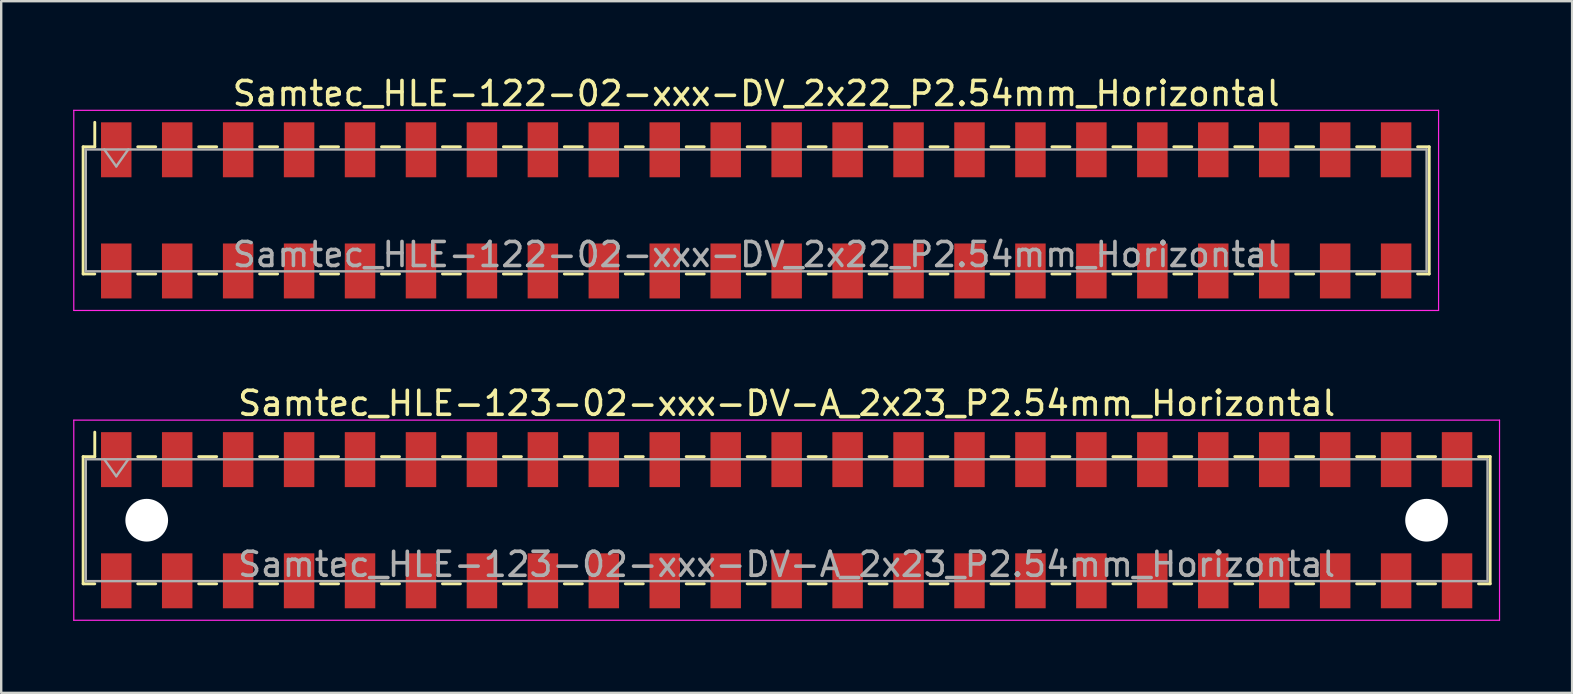
<source format=kicad_pcb>
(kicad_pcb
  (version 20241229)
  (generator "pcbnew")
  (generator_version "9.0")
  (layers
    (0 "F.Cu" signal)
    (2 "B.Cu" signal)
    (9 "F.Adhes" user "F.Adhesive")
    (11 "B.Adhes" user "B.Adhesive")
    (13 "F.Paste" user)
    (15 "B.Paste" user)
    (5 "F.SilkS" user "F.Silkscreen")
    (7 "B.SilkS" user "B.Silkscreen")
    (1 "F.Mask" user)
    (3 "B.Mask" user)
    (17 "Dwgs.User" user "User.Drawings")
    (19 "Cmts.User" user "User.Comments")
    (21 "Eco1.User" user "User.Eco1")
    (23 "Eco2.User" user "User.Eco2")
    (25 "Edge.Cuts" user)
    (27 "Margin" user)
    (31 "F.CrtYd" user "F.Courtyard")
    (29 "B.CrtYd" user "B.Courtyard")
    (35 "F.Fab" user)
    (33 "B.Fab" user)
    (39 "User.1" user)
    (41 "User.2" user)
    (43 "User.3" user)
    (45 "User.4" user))
  (footprint "Samtec_HLE-123-02-xxx-DV-A_2x23_P2.54mm_Horizontal"
    (layer "F.Cu")
    (at 29.735 18.631)
    (property "Reference" "Samtec_HLE-123-02-xxx-DV-A_2x23_P2.54mm_Horizontal" (at 0 -4.87 0) (layer "F.SilkS") (effects (font (size 1 1) (thickness 0.15))))
    (attr smd)
    (fp_line (start -29.32 -2.65) (end -29.32 2.65) (stroke (width 0.12) (type solid)) (layer "F.SilkS"))
    (fp_line (start -29.32 2.65) (end -28.835 2.65) (stroke (width 0.12) (type solid)) (layer "F.SilkS"))
    (fp_line (start -28.835 -3.67) (end -28.835 -2.65) (stroke (width 0.12) (type solid)) (layer "F.SilkS"))
    (fp_line (start -28.835 -2.65) (end -29.32 -2.65) (stroke (width 0.12) (type solid)) (layer "F.SilkS"))
    (fp_line (start -27.045 -2.65) (end -26.295 -2.65) (stroke (width 0.12) (type solid)) (layer "F.SilkS"))
    (fp_line (start -27.045 2.65) (end -26.295 2.65) (stroke (width 0.12) (type solid)) (layer "F.SilkS"))
    (fp_line (start -24.505 -2.65) (end -23.755 -2.65) (stroke (width 0.12) (type solid)) (layer "F.SilkS"))
    (fp_line (start -24.505 2.65) (end -23.755 2.65) (stroke (width 0.12) (type solid)) (layer "F.SilkS"))
    (fp_line (start -21.965 -2.65) (end -21.215 -2.65) (stroke (width 0.12) (type solid)) (layer "F.SilkS"))
    (fp_line (start -21.965 2.65) (end -21.215 2.65) (stroke (width 0.12) (type solid)) (layer "F.SilkS"))
    (fp_line (start -19.425 -2.65) (end -18.675 -2.65) (stroke (width 0.12) (type solid)) (layer "F.SilkS"))
    (fp_line (start -19.425 2.65) (end -18.675 2.65) (stroke (width 0.12) (type solid)) (layer "F.SilkS"))
    (fp_line (start -16.885 -2.65) (end -16.135 -2.65) (stroke (width 0.12) (type solid)) (layer "F.SilkS"))
    (fp_line (start -16.885 2.65) (end -16.135 2.65) (stroke (width 0.12) (type solid)) (layer "F.SilkS"))
    (fp_line (start -14.345 -2.65) (end -13.595 -2.65) (stroke (width 0.12) (type solid)) (layer "F.SilkS"))
    (fp_line (start -14.345 2.65) (end -13.595 2.65) (stroke (width 0.12) (type solid)) (layer "F.SilkS"))
    (fp_line (start -11.805 -2.65) (end -11.055 -2.65) (stroke (width 0.12) (type solid)) (layer "F.SilkS"))
    (fp_line (start -11.805 2.65) (end -11.055 2.65) (stroke (width 0.12) (type solid)) (layer "F.SilkS"))
    (fp_line (start -9.265 -2.65) (end -8.515 -2.65) (stroke (width 0.12) (type solid)) (layer "F.SilkS"))
    (fp_line (start -9.265 2.65) (end -8.515 2.65) (stroke (width 0.12) (type solid)) (layer "F.SilkS"))
    (fp_line (start -6.725 -2.65) (end -5.975 -2.65) (stroke (width 0.12) (type solid)) (layer "F.SilkS"))
    (fp_line (start -6.725 2.65) (end -5.975 2.65) (stroke (width 0.12) (type solid)) (layer "F.SilkS"))
    (fp_line (start -4.185 -2.65) (end -3.435 -2.65) (stroke (width 0.12) (type solid)) (layer "F.SilkS"))
    (fp_line (start -4.185 2.65) (end -3.435 2.65) (stroke (width 0.12) (type solid)) (layer "F.SilkS"))
    (fp_line (start -1.645 -2.65) (end -0.895 -2.65) (stroke (width 0.12) (type solid)) (layer "F.SilkS"))
    (fp_line (start -1.645 2.65) (end -0.895 2.65) (stroke (width 0.12) (type solid)) (layer "F.SilkS"))
    (fp_line (start 0.895 -2.65) (end 1.645 -2.65) (stroke (width 0.12) (type solid)) (layer "F.SilkS"))
    (fp_line (start 0.895 2.65) (end 1.645 2.65) (stroke (width 0.12) (type solid)) (layer "F.SilkS"))
    (fp_line (start 3.435 -2.65) (end 4.185 -2.65) (stroke (width 0.12) (type solid)) (layer "F.SilkS"))
    (fp_line (start 3.435 2.65) (end 4.185 2.65) (stroke (width 0.12) (type solid)) (layer "F.SilkS"))
    (fp_line (start 5.975 -2.65) (end 6.725 -2.65) (stroke (width 0.12) (type solid)) (layer "F.SilkS"))
    (fp_line (start 5.975 2.65) (end 6.725 2.65) (stroke (width 0.12) (type solid)) (layer "F.SilkS"))
    (fp_line (start 8.515 -2.65) (end 9.265 -2.65) (stroke (width 0.12) (type solid)) (layer "F.SilkS"))
    (fp_line (start 8.515 2.65) (end 9.265 2.65) (stroke (width 0.12) (type solid)) (layer "F.SilkS"))
    (fp_line (start 11.055 -2.65) (end 11.805 -2.65) (stroke (width 0.12) (type solid)) (layer "F.SilkS"))
    (fp_line (start 11.055 2.65) (end 11.805 2.65) (stroke (width 0.12) (type solid)) (layer "F.SilkS"))
    (fp_line (start 13.595 -2.65) (end 14.345 -2.65) (stroke (width 0.12) (type solid)) (layer "F.SilkS"))
    (fp_line (start 13.595 2.65) (end 14.345 2.65) (stroke (width 0.12) (type solid)) (layer "F.SilkS"))
    (fp_line (start 16.135 -2.65) (end 16.885 -2.65) (stroke (width 0.12) (type solid)) (layer "F.SilkS"))
    (fp_line (start 16.135 2.65) (end 16.885 2.65) (stroke (width 0.12) (type solid)) (layer "F.SilkS"))
    (fp_line (start 18.675 -2.65) (end 19.425 -2.65) (stroke (width 0.12) (type solid)) (layer "F.SilkS"))
    (fp_line (start 18.675 2.65) (end 19.425 2.65) (stroke (width 0.12) (type solid)) (layer "F.SilkS"))
    (fp_line (start 21.215 -2.65) (end 21.965 -2.65) (stroke (width 0.12) (type solid)) (layer "F.SilkS"))
    (fp_line (start 21.215 2.65) (end 21.965 2.65) (stroke (width 0.12) (type solid)) (layer "F.SilkS"))
    (fp_line (start 23.755 -2.65) (end 24.505 -2.65) (stroke (width 0.12) (type solid)) (layer "F.SilkS"))
    (fp_line (start 23.755 2.65) (end 24.505 2.65) (stroke (width 0.12) (type solid)) (layer "F.SilkS"))
    (fp_line (start 26.295 -2.65) (end 27.045 -2.65) (stroke (width 0.12) (type solid)) (layer "F.SilkS"))
    (fp_line (start 26.295 2.65) (end 27.045 2.65) (stroke (width 0.12) (type solid)) (layer "F.SilkS"))
    (fp_line (start 28.835 -2.65) (end 29.32 -2.65) (stroke (width 0.12) (type solid)) (layer "F.SilkS"))
    (fp_line (start 29.32 -2.65) (end 29.32 2.65) (stroke (width 0.12) (type solid)) (layer "F.SilkS"))
    (fp_line (start 29.32 2.65) (end 28.835 2.65) (stroke (width 0.12) (type solid)) (layer "F.SilkS"))
    (fp_line (start -29.71 -4.17) (end 29.71 -4.17) (stroke (width 0.05) (type solid)) (layer "F.CrtYd"))
    (fp_line (start -29.71 4.17) (end -29.71 -4.17) (stroke (width 0.05) (type solid)) (layer "F.CrtYd"))
    (fp_line (start 29.71 -4.17) (end 29.71 4.17) (stroke (width 0.05) (type solid)) (layer "F.CrtYd"))
    (fp_line (start 29.71 4.17) (end -29.71 4.17) (stroke (width 0.05) (type solid)) (layer "F.CrtYd"))
    (fp_line (start -29.21 -2.54) (end 29.21 -2.54) (stroke (width 0.1) (type solid)) (layer "F.Fab"))
    (fp_line (start -29.21 2.54) (end -29.21 -2.54) (stroke (width 0.1) (type solid)) (layer "F.Fab"))
    (fp_line (start -28.44 -2.54) (end -27.94 -1.833) (stroke (width 0.1) (type solid)) (layer "F.Fab"))
    (fp_line (start -27.94 -1.833) (end -27.44 -2.54) (stroke (width 0.1) (type solid)) (layer "F.Fab"))
    (fp_line (start 29.21 -2.54) (end 29.21 2.54) (stroke (width 0.1) (type solid)) (layer "F.Fab"))
    (fp_line (start 29.21 2.54) (end -29.21 2.54) (stroke (width 0.1) (type solid)) (layer "F.Fab"))
    (fp_text user "${REFERENCE}" (at 0 1.84 0) (layer "F.Fab") (effects (font (size 1 1) (thickness 0.15))))
    (pad "" np_thru_hole circle (at -26.67 0) (size 1.78 1.78) (drill 1.78) (layers "*.Cu" "*.Mask"))
    (pad "" np_thru_hole circle (at 26.67 0) (size 1.78 1.78) (drill 1.78) (layers "*.Cu" "*.Mask"))
    (pad "1" smd rect (at -27.94 -2.525) (size 1.27 2.29) (layers "F.Cu" "F.Mask" "F.Paste"))
    (pad "2" smd rect (at -27.94 2.525) (size 1.27 2.29) (layers "F.Cu" "F.Mask" "F.Paste"))
    (pad "3" smd rect (at -25.4 -2.525) (size 1.27 2.29) (layers "F.Cu" "F.Mask" "F.Paste"))
    (pad "4" smd rect (at -25.4 2.525) (size 1.27 2.29) (layers "F.Cu" "F.Mask" "F.Paste"))
    (pad "5" smd rect (at -22.86 -2.525) (size 1.27 2.29) (layers "F.Cu" "F.Mask" "F.Paste"))
    (pad "6" smd rect (at -22.86 2.525) (size 1.27 2.29) (layers "F.Cu" "F.Mask" "F.Paste"))
    (pad "7" smd rect (at -20.32 -2.525) (size 1.27 2.29) (layers "F.Cu" "F.Mask" "F.Paste"))
    (pad "8" smd rect (at -20.32 2.525) (size 1.27 2.29) (layers "F.Cu" "F.Mask" "F.Paste"))
    (pad "9" smd rect (at -17.78 -2.525) (size 1.27 2.29) (layers "F.Cu" "F.Mask" "F.Paste"))
    (pad "10" smd rect (at -17.78 2.525) (size 1.27 2.29) (layers "F.Cu" "F.Mask" "F.Paste"))
    (pad "11" smd rect (at -15.24 -2.525) (size 1.27 2.29) (layers "F.Cu" "F.Mask" "F.Paste"))
    (pad "12" smd rect (at -15.24 2.525) (size 1.27 2.29) (layers "F.Cu" "F.Mask" "F.Paste"))
    (pad "13" smd rect (at -12.7 -2.525) (size 1.27 2.29) (layers "F.Cu" "F.Mask" "F.Paste"))
    (pad "14" smd rect (at -12.7 2.525) (size 1.27 2.29) (layers "F.Cu" "F.Mask" "F.Paste"))
    (pad "15" smd rect (at -10.16 -2.525) (size 1.27 2.29) (layers "F.Cu" "F.Mask" "F.Paste"))
    (pad "16" smd rect (at -10.16 2.525) (size 1.27 2.29) (layers "F.Cu" "F.Mask" "F.Paste"))
    (pad "17" smd rect (at -7.62 -2.525) (size 1.27 2.29) (layers "F.Cu" "F.Mask" "F.Paste"))
    (pad "18" smd rect (at -7.62 2.525) (size 1.27 2.29) (layers "F.Cu" "F.Mask" "F.Paste"))
    (pad "19" smd rect (at -5.08 -2.525) (size 1.27 2.29) (layers "F.Cu" "F.Mask" "F.Paste"))
    (pad "20" smd rect (at -5.08 2.525) (size 1.27 2.29) (layers "F.Cu" "F.Mask" "F.Paste"))
    (pad "21" smd rect (at -2.54 -2.525) (size 1.27 2.29) (layers "F.Cu" "F.Mask" "F.Paste"))
    (pad "22" smd rect (at -2.54 2.525) (size 1.27 2.29) (layers "F.Cu" "F.Mask" "F.Paste"))
    (pad "23" smd rect (at 0 -2.525) (size 1.27 2.29) (layers "F.Cu" "F.Mask" "F.Paste"))
    (pad "24" smd rect (at 0 2.525) (size 1.27 2.29) (layers "F.Cu" "F.Mask" "F.Paste"))
    (pad "25" smd rect (at 2.54 -2.525) (size 1.27 2.29) (layers "F.Cu" "F.Mask" "F.Paste"))
    (pad "26" smd rect (at 2.54 2.525) (size 1.27 2.29) (layers "F.Cu" "F.Mask" "F.Paste"))
    (pad "27" smd rect (at 5.08 -2.525) (size 1.27 2.29) (layers "F.Cu" "F.Mask" "F.Paste"))
    (pad "28" smd rect (at 5.08 2.525) (size 1.27 2.29) (layers "F.Cu" "F.Mask" "F.Paste"))
    (pad "29" smd rect (at 7.62 -2.525) (size 1.27 2.29) (layers "F.Cu" "F.Mask" "F.Paste"))
    (pad "30" smd rect (at 7.62 2.525) (size 1.27 2.29) (layers "F.Cu" "F.Mask" "F.Paste"))
    (pad "31" smd rect (at 10.16 -2.525) (size 1.27 2.29) (layers "F.Cu" "F.Mask" "F.Paste"))
    (pad "32" smd rect (at 10.16 2.525) (size 1.27 2.29) (layers "F.Cu" "F.Mask" "F.Paste"))
    (pad "33" smd rect (at 12.7 -2.525) (size 1.27 2.29) (layers "F.Cu" "F.Mask" "F.Paste"))
    (pad "34" smd rect (at 12.7 2.525) (size 1.27 2.29) (layers "F.Cu" "F.Mask" "F.Paste"))
    (pad "35" smd rect (at 15.24 -2.525) (size 1.27 2.29) (layers "F.Cu" "F.Mask" "F.Paste"))
    (pad "36" smd rect (at 15.24 2.525) (size 1.27 2.29) (layers "F.Cu" "F.Mask" "F.Paste"))
    (pad "37" smd rect (at 17.78 -2.525) (size 1.27 2.29) (layers "F.Cu" "F.Mask" "F.Paste"))
    (pad "38" smd rect (at 17.78 2.525) (size 1.27 2.29) (layers "F.Cu" "F.Mask" "F.Paste"))
    (pad "39" smd rect (at 20.32 -2.525) (size 1.27 2.29) (layers "F.Cu" "F.Mask" "F.Paste"))
    (pad "40" smd rect (at 20.32 2.525) (size 1.27 2.29) (layers "F.Cu" "F.Mask" "F.Paste"))
    (pad "41" smd rect (at 22.86 -2.525) (size 1.27 2.29) (layers "F.Cu" "F.Mask" "F.Paste"))
    (pad "42" smd rect (at 22.86 2.525) (size 1.27 2.29) (layers "F.Cu" "F.Mask" "F.Paste"))
    (pad "43" smd rect (at 25.4 -2.525) (size 1.27 2.29) (layers "F.Cu" "F.Mask" "F.Paste"))
    (pad "44" smd rect (at 25.4 2.525) (size 1.27 2.29) (layers "F.Cu" "F.Mask" "F.Paste"))
    (pad "45" smd rect (at 27.94 -2.525) (size 1.27 2.29) (layers "F.Cu" "F.Mask" "F.Paste"))
    (pad "46" smd rect (at 27.94 2.525) (size 1.27 2.29) (layers "F.Cu" "F.Mask" "F.Paste")))
  (footprint "Samtec_HLE-122-02-xxx-DV_2x22_P2.54mm_Horizontal"
    (layer "F.Cu")
    (at 28.465 5.718)
    (property "Reference" "Samtec_HLE-122-02-xxx-DV_2x22_P2.54mm_Horizontal" (at 0 -4.87 0) (layer "F.SilkS") (effects (font (size 1 1) (thickness 0.15))))
    (attr smd)
    (fp_line (start -28.05 -2.65) (end -28.05 2.65) (stroke (width 0.12) (type solid)) (layer "F.SilkS"))
    (fp_line (start -28.05 2.65) (end -27.565 2.65) (stroke (width 0.12) (type solid)) (layer "F.SilkS"))
    (fp_line (start -27.565 -3.67) (end -27.565 -2.65) (stroke (width 0.12) (type solid)) (layer "F.SilkS"))
    (fp_line (start -27.565 -2.65) (end -28.05 -2.65) (stroke (width 0.12) (type solid)) (layer "F.SilkS"))
    (fp_line (start -25.775 -2.65) (end -25.025 -2.65) (stroke (width 0.12) (type solid)) (layer "F.SilkS"))
    (fp_line (start -25.775 2.65) (end -25.025 2.65) (stroke (width 0.12) (type solid)) (layer "F.SilkS"))
    (fp_line (start -23.235 -2.65) (end -22.485 -2.65) (stroke (width 0.12) (type solid)) (layer "F.SilkS"))
    (fp_line (start -23.235 2.65) (end -22.485 2.65) (stroke (width 0.12) (type solid)) (layer "F.SilkS"))
    (fp_line (start -20.695 -2.65) (end -19.945 -2.65) (stroke (width 0.12) (type solid)) (layer "F.SilkS"))
    (fp_line (start -20.695 2.65) (end -19.945 2.65) (stroke (width 0.12) (type solid)) (layer "F.SilkS"))
    (fp_line (start -18.155 -2.65) (end -17.405 -2.65) (stroke (width 0.12) (type solid)) (layer "F.SilkS"))
    (fp_line (start -18.155 2.65) (end -17.405 2.65) (stroke (width 0.12) (type solid)) (layer "F.SilkS"))
    (fp_line (start -15.615 -2.65) (end -14.865 -2.65) (stroke (width 0.12) (type solid)) (layer "F.SilkS"))
    (fp_line (start -15.615 2.65) (end -14.865 2.65) (stroke (width 0.12) (type solid)) (layer "F.SilkS"))
    (fp_line (start -13.075 -2.65) (end -12.325 -2.65) (stroke (width 0.12) (type solid)) (layer "F.SilkS"))
    (fp_line (start -13.075 2.65) (end -12.325 2.65) (stroke (width 0.12) (type solid)) (layer "F.SilkS"))
    (fp_line (start -10.535 -2.65) (end -9.785 -2.65) (stroke (width 0.12) (type solid)) (layer "F.SilkS"))
    (fp_line (start -10.535 2.65) (end -9.785 2.65) (stroke (width 0.12) (type solid)) (layer "F.SilkS"))
    (fp_line (start -7.995 -2.65) (end -7.245 -2.65) (stroke (width 0.12) (type solid)) (layer "F.SilkS"))
    (fp_line (start -7.995 2.65) (end -7.245 2.65) (stroke (width 0.12) (type solid)) (layer "F.SilkS"))
    (fp_line (start -5.455 -2.65) (end -4.705 -2.65) (stroke (width 0.12) (type solid)) (layer "F.SilkS"))
    (fp_line (start -5.455 2.65) (end -4.705 2.65) (stroke (width 0.12) (type solid)) (layer "F.SilkS"))
    (fp_line (start -2.915 -2.65) (end -2.165 -2.65) (stroke (width 0.12) (type solid)) (layer "F.SilkS"))
    (fp_line (start -2.915 2.65) (end -2.165 2.65) (stroke (width 0.12) (type solid)) (layer "F.SilkS"))
    (fp_line (start -0.375 -2.65) (end 0.375 -2.65) (stroke (width 0.12) (type solid)) (layer "F.SilkS"))
    (fp_line (start -0.375 2.65) (end 0.375 2.65) (stroke (width 0.12) (type solid)) (layer "F.SilkS"))
    (fp_line (start 2.165 -2.65) (end 2.915 -2.65) (stroke (width 0.12) (type solid)) (layer "F.SilkS"))
    (fp_line (start 2.165 2.65) (end 2.915 2.65) (stroke (width 0.12) (type solid)) (layer "F.SilkS"))
    (fp_line (start 4.705 -2.65) (end 5.455 -2.65) (stroke (width 0.12) (type solid)) (layer "F.SilkS"))
    (fp_line (start 4.705 2.65) (end 5.455 2.65) (stroke (width 0.12) (type solid)) (layer "F.SilkS"))
    (fp_line (start 7.245 -2.65) (end 7.995 -2.65) (stroke (width 0.12) (type solid)) (layer "F.SilkS"))
    (fp_line (start 7.245 2.65) (end 7.995 2.65) (stroke (width 0.12) (type solid)) (layer "F.SilkS"))
    (fp_line (start 9.785 -2.65) (end 10.535 -2.65) (stroke (width 0.12) (type solid)) (layer "F.SilkS"))
    (fp_line (start 9.785 2.65) (end 10.535 2.65) (stroke (width 0.12) (type solid)) (layer "F.SilkS"))
    (fp_line (start 12.325 -2.65) (end 13.075 -2.65) (stroke (width 0.12) (type solid)) (layer "F.SilkS"))
    (fp_line (start 12.325 2.65) (end 13.075 2.65) (stroke (width 0.12) (type solid)) (layer "F.SilkS"))
    (fp_line (start 14.865 -2.65) (end 15.615 -2.65) (stroke (width 0.12) (type solid)) (layer "F.SilkS"))
    (fp_line (start 14.865 2.65) (end 15.615 2.65) (stroke (width 0.12) (type solid)) (layer "F.SilkS"))
    (fp_line (start 17.405 -2.65) (end 18.155 -2.65) (stroke (width 0.12) (type solid)) (layer "F.SilkS"))
    (fp_line (start 17.405 2.65) (end 18.155 2.65) (stroke (width 0.12) (type solid)) (layer "F.SilkS"))
    (fp_line (start 19.945 -2.65) (end 20.695 -2.65) (stroke (width 0.12) (type solid)) (layer "F.SilkS"))
    (fp_line (start 19.945 2.65) (end 20.695 2.65) (stroke (width 0.12) (type solid)) (layer "F.SilkS"))
    (fp_line (start 22.485 -2.65) (end 23.235 -2.65) (stroke (width 0.12) (type solid)) (layer "F.SilkS"))
    (fp_line (start 22.485 2.65) (end 23.235 2.65) (stroke (width 0.12) (type solid)) (layer "F.SilkS"))
    (fp_line (start 25.025 -2.65) (end 25.775 -2.65) (stroke (width 0.12) (type solid)) (layer "F.SilkS"))
    (fp_line (start 25.025 2.65) (end 25.775 2.65) (stroke (width 0.12) (type solid)) (layer "F.SilkS"))
    (fp_line (start 27.565 -2.65) (end 28.05 -2.65) (stroke (width 0.12) (type solid)) (layer "F.SilkS"))
    (fp_line (start 28.05 -2.65) (end 28.05 2.65) (stroke (width 0.12) (type solid)) (layer "F.SilkS"))
    (fp_line (start 28.05 2.65) (end 27.565 2.65) (stroke (width 0.12) (type solid)) (layer "F.SilkS"))
    (fp_line (start -28.44 -4.17) (end 28.44 -4.17) (stroke (width 0.05) (type solid)) (layer "F.CrtYd"))
    (fp_line (start -28.44 4.17) (end -28.44 -4.17) (stroke (width 0.05) (type solid)) (layer "F.CrtYd"))
    (fp_line (start 28.44 -4.17) (end 28.44 4.17) (stroke (width 0.05) (type solid)) (layer "F.CrtYd"))
    (fp_line (start 28.44 4.17) (end -28.44 4.17) (stroke (width 0.05) (type solid)) (layer "F.CrtYd"))
    (fp_line (start -27.94 -2.54) (end 27.94 -2.54) (stroke (width 0.1) (type solid)) (layer "F.Fab"))
    (fp_line (start -27.94 2.54) (end -27.94 -2.54) (stroke (width 0.1) (type solid)) (layer "F.Fab"))
    (fp_line (start -27.17 -2.54) (end -26.67 -1.833) (stroke (width 0.1) (type solid)) (layer "F.Fab"))
    (fp_line (start -26.67 -1.833) (end -26.17 -2.54) (stroke (width 0.1) (type solid)) (layer "F.Fab"))
    (fp_line (start 27.94 -2.54) (end 27.94 2.54) (stroke (width 0.1) (type solid)) (layer "F.Fab"))
    (fp_line (start 27.94 2.54) (end -27.94 2.54) (stroke (width 0.1) (type solid)) (layer "F.Fab"))
    (fp_text user "${REFERENCE}" (at 0 1.84 0) (layer "F.Fab") (effects (font (size 1 1) (thickness 0.15))))
    (pad "1" smd rect (at -26.67 -2.525) (size 1.27 2.29) (layers "F.Cu" "F.Mask" "F.Paste"))
    (pad "2" smd rect (at -26.67 2.525) (size 1.27 2.29) (layers "F.Cu" "F.Mask" "F.Paste"))
    (pad "3" smd rect (at -24.13 -2.525) (size 1.27 2.29) (layers "F.Cu" "F.Mask" "F.Paste"))
    (pad "4" smd rect (at -24.13 2.525) (size 1.27 2.29) (layers "F.Cu" "F.Mask" "F.Paste"))
    (pad "5" smd rect (at -21.59 -2.525) (size 1.27 2.29) (layers "F.Cu" "F.Mask" "F.Paste"))
    (pad "6" smd rect (at -21.59 2.525) (size 1.27 2.29) (layers "F.Cu" "F.Mask" "F.Paste"))
    (pad "7" smd rect (at -19.05 -2.525) (size 1.27 2.29) (layers "F.Cu" "F.Mask" "F.Paste"))
    (pad "8" smd rect (at -19.05 2.525) (size 1.27 2.29) (layers "F.Cu" "F.Mask" "F.Paste"))
    (pad "9" smd rect (at -16.51 -2.525) (size 1.27 2.29) (layers "F.Cu" "F.Mask" "F.Paste"))
    (pad "10" smd rect (at -16.51 2.525) (size 1.27 2.29) (layers "F.Cu" "F.Mask" "F.Paste"))
    (pad "11" smd rect (at -13.97 -2.525) (size 1.27 2.29) (layers "F.Cu" "F.Mask" "F.Paste"))
    (pad "12" smd rect (at -13.97 2.525) (size 1.27 2.29) (layers "F.Cu" "F.Mask" "F.Paste"))
    (pad "13" smd rect (at -11.43 -2.525) (size 1.27 2.29) (layers "F.Cu" "F.Mask" "F.Paste"))
    (pad "14" smd rect (at -11.43 2.525) (size 1.27 2.29) (layers "F.Cu" "F.Mask" "F.Paste"))
    (pad "15" smd rect (at -8.89 -2.525) (size 1.27 2.29) (layers "F.Cu" "F.Mask" "F.Paste"))
    (pad "16" smd rect (at -8.89 2.525) (size 1.27 2.29) (layers "F.Cu" "F.Mask" "F.Paste"))
    (pad "17" smd rect (at -6.35 -2.525) (size 1.27 2.29) (layers "F.Cu" "F.Mask" "F.Paste"))
    (pad "18" smd rect (at -6.35 2.525) (size 1.27 2.29) (layers "F.Cu" "F.Mask" "F.Paste"))
    (pad "19" smd rect (at -3.81 -2.525) (size 1.27 2.29) (layers "F.Cu" "F.Mask" "F.Paste"))
    (pad "20" smd rect (at -3.81 2.525) (size 1.27 2.29) (layers "F.Cu" "F.Mask" "F.Paste"))
    (pad "21" smd rect (at -1.27 -2.525) (size 1.27 2.29) (layers "F.Cu" "F.Mask" "F.Paste"))
    (pad "22" smd rect (at -1.27 2.525) (size 1.27 2.29) (layers "F.Cu" "F.Mask" "F.Paste"))
    (pad "23" smd rect (at 1.27 -2.525) (size 1.27 2.29) (layers "F.Cu" "F.Mask" "F.Paste"))
    (pad "24" smd rect (at 1.27 2.525) (size 1.27 2.29) (layers "F.Cu" "F.Mask" "F.Paste"))
    (pad "25" smd rect (at 3.81 -2.525) (size 1.27 2.29) (layers "F.Cu" "F.Mask" "F.Paste"))
    (pad "26" smd rect (at 3.81 2.525) (size 1.27 2.29) (layers "F.Cu" "F.Mask" "F.Paste"))
    (pad "27" smd rect (at 6.35 -2.525) (size 1.27 2.29) (layers "F.Cu" "F.Mask" "F.Paste"))
    (pad "28" smd rect (at 6.35 2.525) (size 1.27 2.29) (layers "F.Cu" "F.Mask" "F.Paste"))
    (pad "29" smd rect (at 8.89 -2.525) (size 1.27 2.29) (layers "F.Cu" "F.Mask" "F.Paste"))
    (pad "30" smd rect (at 8.89 2.525) (size 1.27 2.29) (layers "F.Cu" "F.Mask" "F.Paste"))
    (pad "31" smd rect (at 11.43 -2.525) (size 1.27 2.29) (layers "F.Cu" "F.Mask" "F.Paste"))
    (pad "32" smd rect (at 11.43 2.525) (size 1.27 2.29) (layers "F.Cu" "F.Mask" "F.Paste"))
    (pad "33" smd rect (at 13.97 -2.525) (size 1.27 2.29) (layers "F.Cu" "F.Mask" "F.Paste"))
    (pad "34" smd rect (at 13.97 2.525) (size 1.27 2.29) (layers "F.Cu" "F.Mask" "F.Paste"))
    (pad "35" smd rect (at 16.51 -2.525) (size 1.27 2.29) (layers "F.Cu" "F.Mask" "F.Paste"))
    (pad "36" smd rect (at 16.51 2.525) (size 1.27 2.29) (layers "F.Cu" "F.Mask" "F.Paste"))
    (pad "37" smd rect (at 19.05 -2.525) (size 1.27 2.29) (layers "F.Cu" "F.Mask" "F.Paste"))
    (pad "38" smd rect (at 19.05 2.525) (size 1.27 2.29) (layers "F.Cu" "F.Mask" "F.Paste"))
    (pad "39" smd rect (at 21.59 -2.525) (size 1.27 2.29) (layers "F.Cu" "F.Mask" "F.Paste"))
    (pad "40" smd rect (at 21.59 2.525) (size 1.27 2.29) (layers "F.Cu" "F.Mask" "F.Paste"))
    (pad "41" smd rect (at 24.13 -2.525) (size 1.27 2.29) (layers "F.Cu" "F.Mask" "F.Paste"))
    (pad "42" smd rect (at 24.13 2.525) (size 1.27 2.29) (layers "F.Cu" "F.Mask" "F.Paste"))
    (pad "43" smd rect (at 26.67 -2.525) (size 1.27 2.29) (layers "F.Cu" "F.Mask" "F.Paste"))
    (pad "44" smd rect (at 26.67 2.525) (size 1.27 2.29) (layers "F.Cu" "F.Mask" "F.Paste")))
  (gr_rect
    (start -3 -3)
    (end 62.47 25.826)
    (stroke (width 0.1) (type default))
    (fill no)
    (layer "Edge.Cuts")))
</source>
